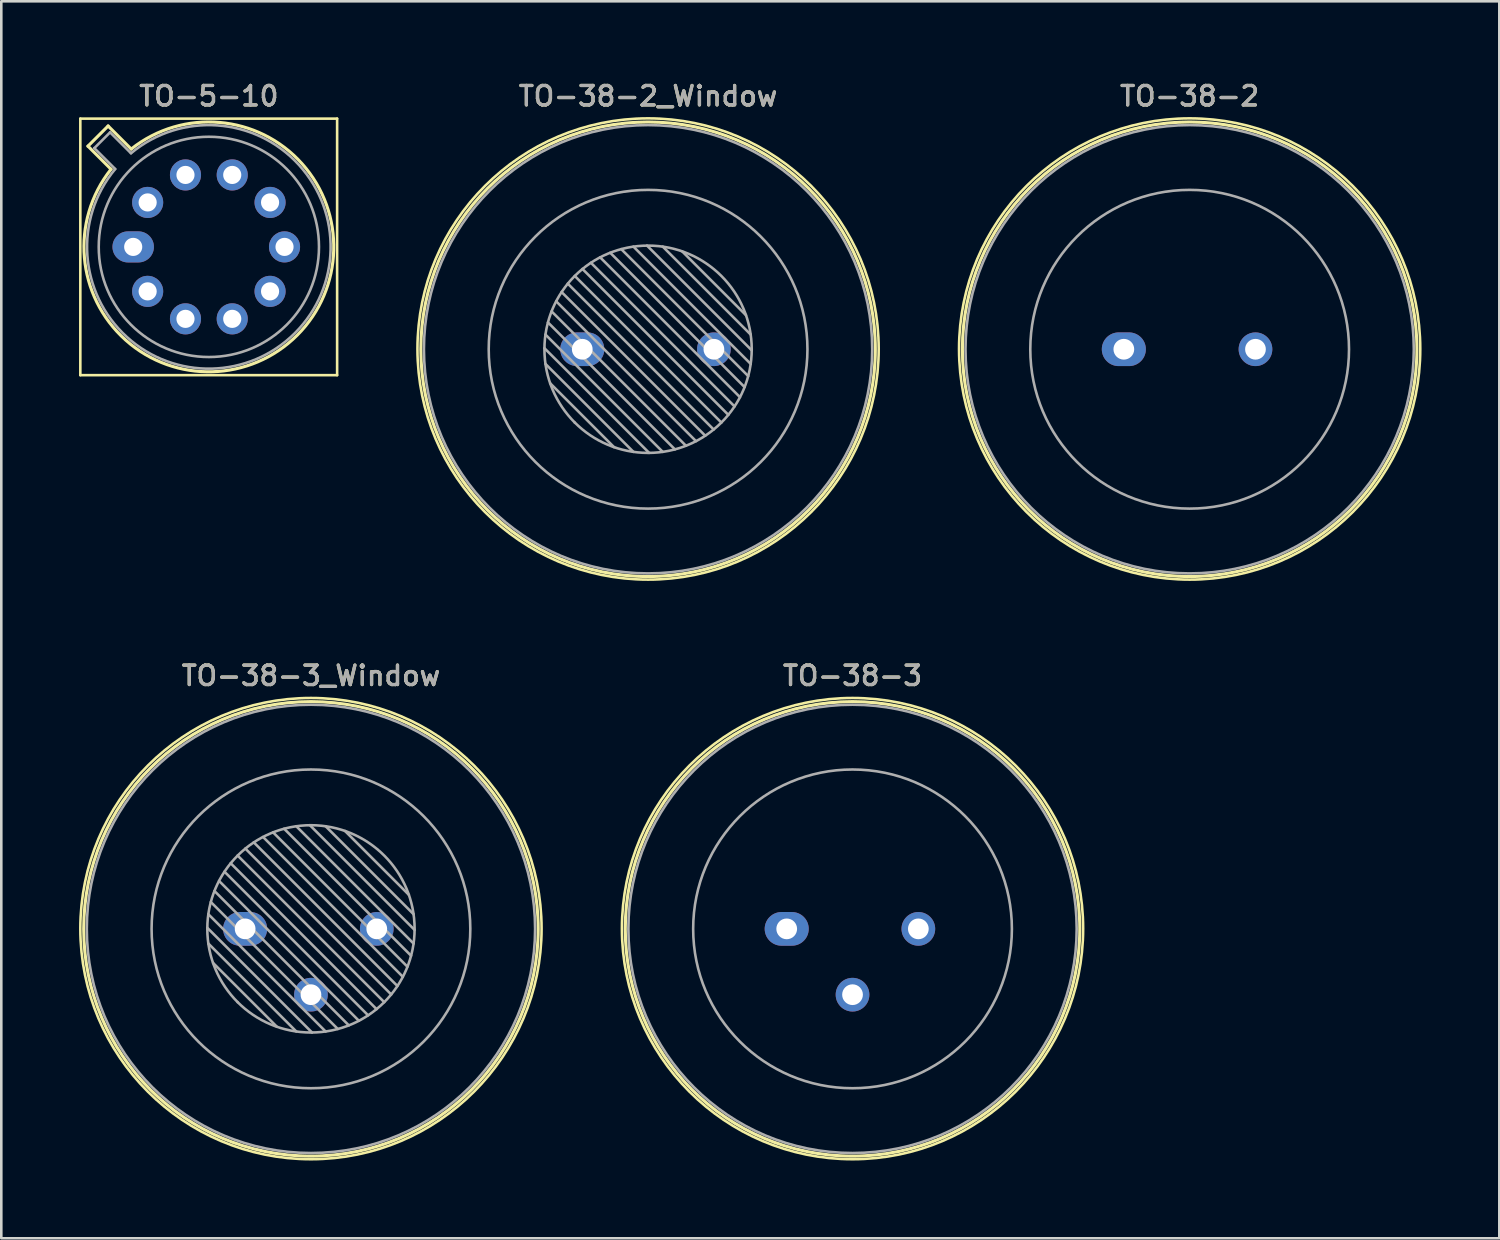
<source format=kicad_pcb>
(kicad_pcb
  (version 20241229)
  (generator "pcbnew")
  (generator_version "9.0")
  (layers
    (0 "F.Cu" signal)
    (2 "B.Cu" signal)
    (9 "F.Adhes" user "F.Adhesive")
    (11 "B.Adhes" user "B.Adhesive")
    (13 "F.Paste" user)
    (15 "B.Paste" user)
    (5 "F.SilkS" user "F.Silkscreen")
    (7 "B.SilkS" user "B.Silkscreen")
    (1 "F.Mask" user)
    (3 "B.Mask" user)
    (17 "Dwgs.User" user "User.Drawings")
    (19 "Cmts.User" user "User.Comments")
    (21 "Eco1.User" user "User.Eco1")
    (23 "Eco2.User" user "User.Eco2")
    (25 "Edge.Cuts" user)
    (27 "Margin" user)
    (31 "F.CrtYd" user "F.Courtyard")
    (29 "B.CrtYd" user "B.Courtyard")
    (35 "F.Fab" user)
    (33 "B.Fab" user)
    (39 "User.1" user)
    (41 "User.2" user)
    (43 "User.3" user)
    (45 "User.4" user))
  (footprint "TO-38-3_Window"
    (layer "F.Cu")
    (at 6.41 32.796)
    (property "Reference" "TO-38-3_Window" (at 2.54 -9.77 0) (layer "F.SilkS") (effects (font (size 0.75 0.75) (thickness 0.125))))
    (attr through_hole)
    (fp_circle (center 2.54 -0.01) (end 11.44 -0.01) (stroke (width 0.1) (type solid)) (fill no) (layer "F.SilkS"))
    (fp_circle (center 2.54 0) (end 11.31 0) (stroke (width 0.12) (type solid)) (fill no) (layer "F.SilkS"))
    (fp_line (start -1.46 -0.041) (end 2.581 4) (stroke (width 0.1) (type solid)) (layer "F.Fab"))
    (fp_line (start -1.42 -0.566) (end 3.106 3.96) (stroke (width 0.1) (type solid)) (layer "F.Fab"))
    (fp_line (start -1.42 0.566) (end 1.974 3.96) (stroke (width 0.1) (type solid)) (layer "F.Fab"))
    (fp_line (start -1.324 -1.036) (end 3.576 3.864) (stroke (width 0.1) (type solid)) (layer "F.Fab"))
    (fp_line (start -1.239 1.313) (end 1.227 3.779) (stroke (width 0.1) (type solid)) (layer "F.Fab"))
    (fp_line (start -1.184 -1.461) (end 4.001 3.724) (stroke (width 0.1) (type solid)) (layer "F.Fab"))
    (fp_line (start -1.007 -1.85) (end 4.39 3.547) (stroke (width 0.1) (type solid)) (layer "F.Fab"))
    (fp_line (start -0.797 -2.206) (end 4.746 3.337) (stroke (width 0.1) (type solid)) (layer "F.Fab"))
    (fp_line (start -0.558 -2.532) (end 5.072 3.098) (stroke (width 0.1) (type solid)) (layer "F.Fab"))
    (fp_line (start -0.289 -2.829) (end 5.369 2.829) (stroke (width 0.1) (type solid)) (layer "F.Fab"))
    (fp_line (start -0.289 2.829) (end -0.289 2.829) (stroke (width 0.1) (type solid)) (layer "F.Fab"))
    (fp_line (start 0.008 -3.098) (end 5.638 2.532) (stroke (width 0.1) (type solid)) (layer "F.Fab"))
    (fp_line (start 0.334 -3.337) (end 5.877 2.206) (stroke (width 0.1) (type solid)) (layer "F.Fab"))
    (fp_line (start 0.69 -3.547) (end 6.087 1.85) (stroke (width 0.1) (type solid)) (layer "F.Fab"))
    (fp_line (start 1.079 -3.724) (end 6.264 1.461) (stroke (width 0.1) (type solid)) (layer "F.Fab"))
    (fp_line (start 1.504 -3.864) (end 6.404 1.036) (stroke (width 0.1) (type solid)) (layer "F.Fab"))
    (fp_line (start 1.974 -3.96) (end 6.5 0.566) (stroke (width 0.1) (type solid)) (layer "F.Fab"))
    (fp_line (start 2.499 -4) (end 6.54 0.041) (stroke (width 0.1) (type solid)) (layer "F.Fab"))
    (fp_line (start 3.106 -3.96) (end 6.5 -0.566) (stroke (width 0.1) (type solid)) (layer "F.Fab"))
    (fp_line (start 3.853 -3.779) (end 6.319 -1.313) (stroke (width 0.1) (type solid)) (layer "F.Fab"))
    (fp_circle (center 2.54 0) (end 6.54 0) (stroke (width 0.1) (type solid)) (fill no) (layer "F.Fab"))
    (fp_circle (center 2.54 0) (end 8.69 0) (stroke (width 0.1) (type solid)) (fill no) (layer "F.Fab"))
    (fp_circle (center 2.54 0) (end 11.19 0) (stroke (width 0.1) (type solid)) (fill no) (layer "F.Fab"))
    (fp_text user "${REFERENCE}" (at 2.54 -9.77 0) (layer "F.Fab") (effects (font (size 0.75 0.75) (thickness 0.125))))
    (pad "1" thru_hole oval (at 0 0) (size 1.7 1.3) (drill 0.8) (layers "*.Cu" "*.Mask"))
    (pad "2" thru_hole circle (at 2.54 2.54) (size 1.3 1.3) (drill 0.8) (layers "*.Cu" "*.Mask"))
    (pad "3" thru_hole circle (at 5.08 0) (size 1.3 1.3) (drill 0.8) (layers "*.Cu" "*.Mask")))
  (footprint "TO-38-2"
    (layer "F.Cu")
    (at 40.32 10.428)
    (property "Reference" "TO-38-2" (at 2.54 -9.77 0) (layer "F.SilkS") (effects (font (size 0.75 0.75) (thickness 0.125))))
    (attr through_hole)
    (fp_circle (center 2.54 -0.01) (end 11.44 -0.01) (stroke (width 0.1) (type solid)) (fill no) (layer "F.SilkS"))
    (fp_circle (center 2.54 0) (end 11.31 0) (stroke (width 0.12) (type solid)) (fill no) (layer "F.SilkS"))
    (fp_circle (center 2.54 0) (end 8.69 0) (stroke (width 0.1) (type solid)) (fill no) (layer "F.Fab"))
    (fp_circle (center 2.54 0) (end 11.19 0) (stroke (width 0.1) (type solid)) (fill no) (layer "F.Fab"))
    (fp_text user "${REFERENCE}" (at 2.54 -9.77 0) (layer "F.Fab") (effects (font (size 0.75 0.75) (thickness 0.125))))
    (pad "1" thru_hole oval (at 0 0) (size 1.7 1.3) (drill 0.8) (layers "*.Cu" "*.Mask"))
    (pad "2" thru_hole circle (at 5.08 0) (size 1.3 1.3) (drill 0.8) (layers "*.Cu" "*.Mask")))
  (footprint "TO-38-3"
    (layer "F.Cu")
    (at 27.31 32.796)
    (property "Reference" "TO-38-3" (at 2.54 -9.77 0) (layer "F.SilkS") (effects (font (size 0.75 0.75) (thickness 0.125))))
    (attr through_hole)
    (fp_circle (center 2.54 -0.01) (end 11.44 -0.01) (stroke (width 0.1) (type solid)) (fill no) (layer "F.SilkS"))
    (fp_circle (center 2.54 0) (end 11.31 0) (stroke (width 0.12) (type solid)) (fill no) (layer "F.SilkS"))
    (fp_circle (center 2.54 0) (end 8.69 0) (stroke (width 0.1) (type solid)) (fill no) (layer "F.Fab"))
    (fp_circle (center 2.54 0) (end 11.19 0) (stroke (width 0.1) (type solid)) (fill no) (layer "F.Fab"))
    (fp_text user "${REFERENCE}" (at 2.54 -9.77 0) (layer "F.Fab") (effects (font (size 0.75 0.75) (thickness 0.125))))
    (pad "1" thru_hole oval (at 0 0) (size 1.7 1.3) (drill 0.8) (layers "*.Cu" "*.Mask"))
    (pad "2" thru_hole circle (at 2.54 2.54) (size 1.3 1.3) (drill 0.8) (layers "*.Cu" "*.Mask"))
    (pad "3" thru_hole circle (at 5.08 0) (size 1.3 1.3) (drill 0.8) (layers "*.Cu" "*.Mask")))
  (footprint "TO-38-2_Window"
    (layer "F.Cu")
    (at 19.42 10.428)
    (property "Reference" "TO-38-2_Window" (at 2.54 -9.77 0) (layer "F.SilkS") (effects (font (size 0.75 0.75) (thickness 0.125))))
    (attr through_hole)
    (fp_circle (center 2.54 -0.01) (end 11.44 -0.01) (stroke (width 0.1) (type solid)) (fill no) (layer "F.SilkS"))
    (fp_circle (center 2.54 0) (end 11.31 0) (stroke (width 0.12) (type solid)) (fill no) (layer "F.SilkS"))
    (fp_line (start -1.46 -0.041) (end 2.581 4) (stroke (width 0.1) (type solid)) (layer "F.Fab"))
    (fp_line (start -1.42 -0.566) (end 3.106 3.96) (stroke (width 0.1) (type solid)) (layer "F.Fab"))
    (fp_line (start -1.42 0.566) (end 1.974 3.96) (stroke (width 0.1) (type solid)) (layer "F.Fab"))
    (fp_line (start -1.324 -1.036) (end 3.576 3.864) (stroke (width 0.1) (type solid)) (layer "F.Fab"))
    (fp_line (start -1.239 1.313) (end 1.227 3.779) (stroke (width 0.1) (type solid)) (layer "F.Fab"))
    (fp_line (start -1.184 -1.461) (end 4.001 3.724) (stroke (width 0.1) (type solid)) (layer "F.Fab"))
    (fp_line (start -1.007 -1.85) (end 4.39 3.547) (stroke (width 0.1) (type solid)) (layer "F.Fab"))
    (fp_line (start -0.797 -2.206) (end 4.746 3.337) (stroke (width 0.1) (type solid)) (layer "F.Fab"))
    (fp_line (start -0.558 -2.532) (end 5.072 3.098) (stroke (width 0.1) (type solid)) (layer "F.Fab"))
    (fp_line (start -0.289 -2.829) (end 5.369 2.829) (stroke (width 0.1) (type solid)) (layer "F.Fab"))
    (fp_line (start -0.289 2.829) (end -0.289 2.829) (stroke (width 0.1) (type solid)) (layer "F.Fab"))
    (fp_line (start 0.008 -3.098) (end 5.638 2.532) (stroke (width 0.1) (type solid)) (layer "F.Fab"))
    (fp_line (start 0.334 -3.337) (end 5.877 2.206) (stroke (width 0.1) (type solid)) (layer "F.Fab"))
    (fp_line (start 0.69 -3.547) (end 6.087 1.85) (stroke (width 0.1) (type solid)) (layer "F.Fab"))
    (fp_line (start 1.079 -3.724) (end 6.264 1.461) (stroke (width 0.1) (type solid)) (layer "F.Fab"))
    (fp_line (start 1.504 -3.864) (end 6.404 1.036) (stroke (width 0.1) (type solid)) (layer "F.Fab"))
    (fp_line (start 1.974 -3.96) (end 6.5 0.566) (stroke (width 0.1) (type solid)) (layer "F.Fab"))
    (fp_line (start 2.499 -4) (end 6.54 0.041) (stroke (width 0.1) (type solid)) (layer "F.Fab"))
    (fp_line (start 3.106 -3.96) (end 6.5 -0.566) (stroke (width 0.1) (type solid)) (layer "F.Fab"))
    (fp_line (start 3.853 -3.779) (end 6.319 -1.313) (stroke (width 0.1) (type solid)) (layer "F.Fab"))
    (fp_circle (center 2.54 0) (end 6.54 0) (stroke (width 0.1) (type solid)) (fill no) (layer "F.Fab"))
    (fp_circle (center 2.54 0) (end 8.69 0) (stroke (width 0.1) (type solid)) (fill no) (layer "F.Fab"))
    (fp_circle (center 2.54 0) (end 11.19 0) (stroke (width 0.1) (type solid)) (fill no) (layer "F.Fab"))
    (fp_text user "${REFERENCE}" (at 2.54 -9.77 0) (layer "F.Fab") (effects (font (size 0.75 0.75) (thickness 0.125))))
    (pad "1" thru_hole oval (at 0 0) (size 1.7 1.3) (drill 0.8) (layers "*.Cu" "*.Mask"))
    (pad "2" thru_hole circle (at 5.08 0) (size 1.3 1.3) (drill 0.8) (layers "*.Cu" "*.Mask")))
  (footprint "TO-5-10"
    (layer "F.Cu")
    (at 2.09 6.478)
    (property "Reference" "TO-5-10" (at 2.92 -5.82 0) (layer "F.SilkS") (effects (font (size 0.75 0.75) (thickness 0.125))))
    (attr through_hole)
    (fp_line (start -2.04 -4.95) (end -2.04 4.95) (stroke (width 0.1) (type solid)) (layer "F.SilkS"))
    (fp_line (start -2.04 4.95) (end 7.87 4.95) (stroke (width 0.1) (type solid)) (layer "F.SilkS"))
    (fp_line (start -1.746 -3.888) (end -0.855 -2.997) (stroke (width 0.12) (type solid)) (layer "F.SilkS"))
    (fp_line (start -0.968 -4.666) (end -1.746 -3.888) (stroke (width 0.12) (type solid)) (layer "F.SilkS"))
    (fp_line (start -0.077 -3.775) (end -0.968 -4.666) (stroke (width 0.12) (type solid)) (layer "F.SilkS"))
    (fp_line (start 7.87 -4.95) (end -2.04 -4.95) (stroke (width 0.1) (type solid)) (layer "F.SilkS"))
    (fp_line (start 7.87 4.95) (end 7.87 -4.95) (stroke (width 0.1) (type solid)) (layer "F.SilkS"))
    (fp_arc (start -0.077084 -3.774902) (mid 6.328255 3.408255) (end -0.854902 -2.997084) (stroke (width 0.12) (type solid)) (layer "F.SilkS"))
    (fp_line (start -1.5 -3.812) (end -0.694 -3.005) (stroke (width 0.1) (type solid)) (layer "F.Fab"))
    (fp_line (start -0.892 -4.42) (end -1.5 -3.812) (stroke (width 0.1) (type solid)) (layer "F.Fab"))
    (fp_line (start -0.085 -3.614) (end -0.892 -4.42) (stroke (width 0.1) (type solid)) (layer "F.Fab"))
    (fp_arc (start -0.085408 -3.61352) (mid 6.243402 3.323402) (end -0.69352 -3.005408) (stroke (width 0.1) (type solid)) (layer "F.Fab"))
    (fp_circle (center 2.92 0) (end 7.17 0) (stroke (width 0.1) (type solid)) (fill no) (layer "F.Fab"))
    (fp_text user "${REFERENCE}" (at 2.92 -5.82 0) (layer "F.Fab") (effects (font (size 0.75 0.75) (thickness 0.125))))
    (pad "1" thru_hole oval (at 0 0) (size 1.6 1.2) (drill 0.7) (layers "*.Cu" "*.Mask"))
    (pad "2" thru_hole circle (at 0.558 1.716) (size 1.2 1.2) (drill 0.7) (layers "*.Cu" "*.Mask"))
    (pad "3" thru_hole circle (at 2.018 2.777) (size 1.2 1.2) (drill 0.7) (layers "*.Cu" "*.Mask"))
    (pad "4" thru_hole circle (at 3.822 2.777) (size 1.2 1.2) (drill 0.7) (layers "*.Cu" "*.Mask"))
    (pad "5" thru_hole circle (at 5.282 1.716) (size 1.2 1.2) (drill 0.7) (layers "*.Cu" "*.Mask"))
    (pad "6" thru_hole circle (at 5.84 0) (size 1.2 1.2) (drill 0.7) (layers "*.Cu" "*.Mask"))
    (pad "7" thru_hole circle (at 5.282 -1.716) (size 1.2 1.2) (drill 0.7) (layers "*.Cu" "*.Mask"))
    (pad "8" thru_hole circle (at 3.822 -2.777) (size 1.2 1.2) (drill 0.7) (layers "*.Cu" "*.Mask"))
    (pad "9" thru_hole circle (at 2.018 -2.777) (size 1.2 1.2) (drill 0.7) (layers "*.Cu" "*.Mask"))
    (pad "10" thru_hole circle (at 0.558 -1.716) (size 1.2 1.2) (drill 0.7) (layers "*.Cu" "*.Mask")))
  (gr_rect
    (start -3 -3)
    (end 54.81 44.736)
    (stroke (width 0.1) (type default))
    (fill no)
    (layer "Edge.Cuts")))
</source>
